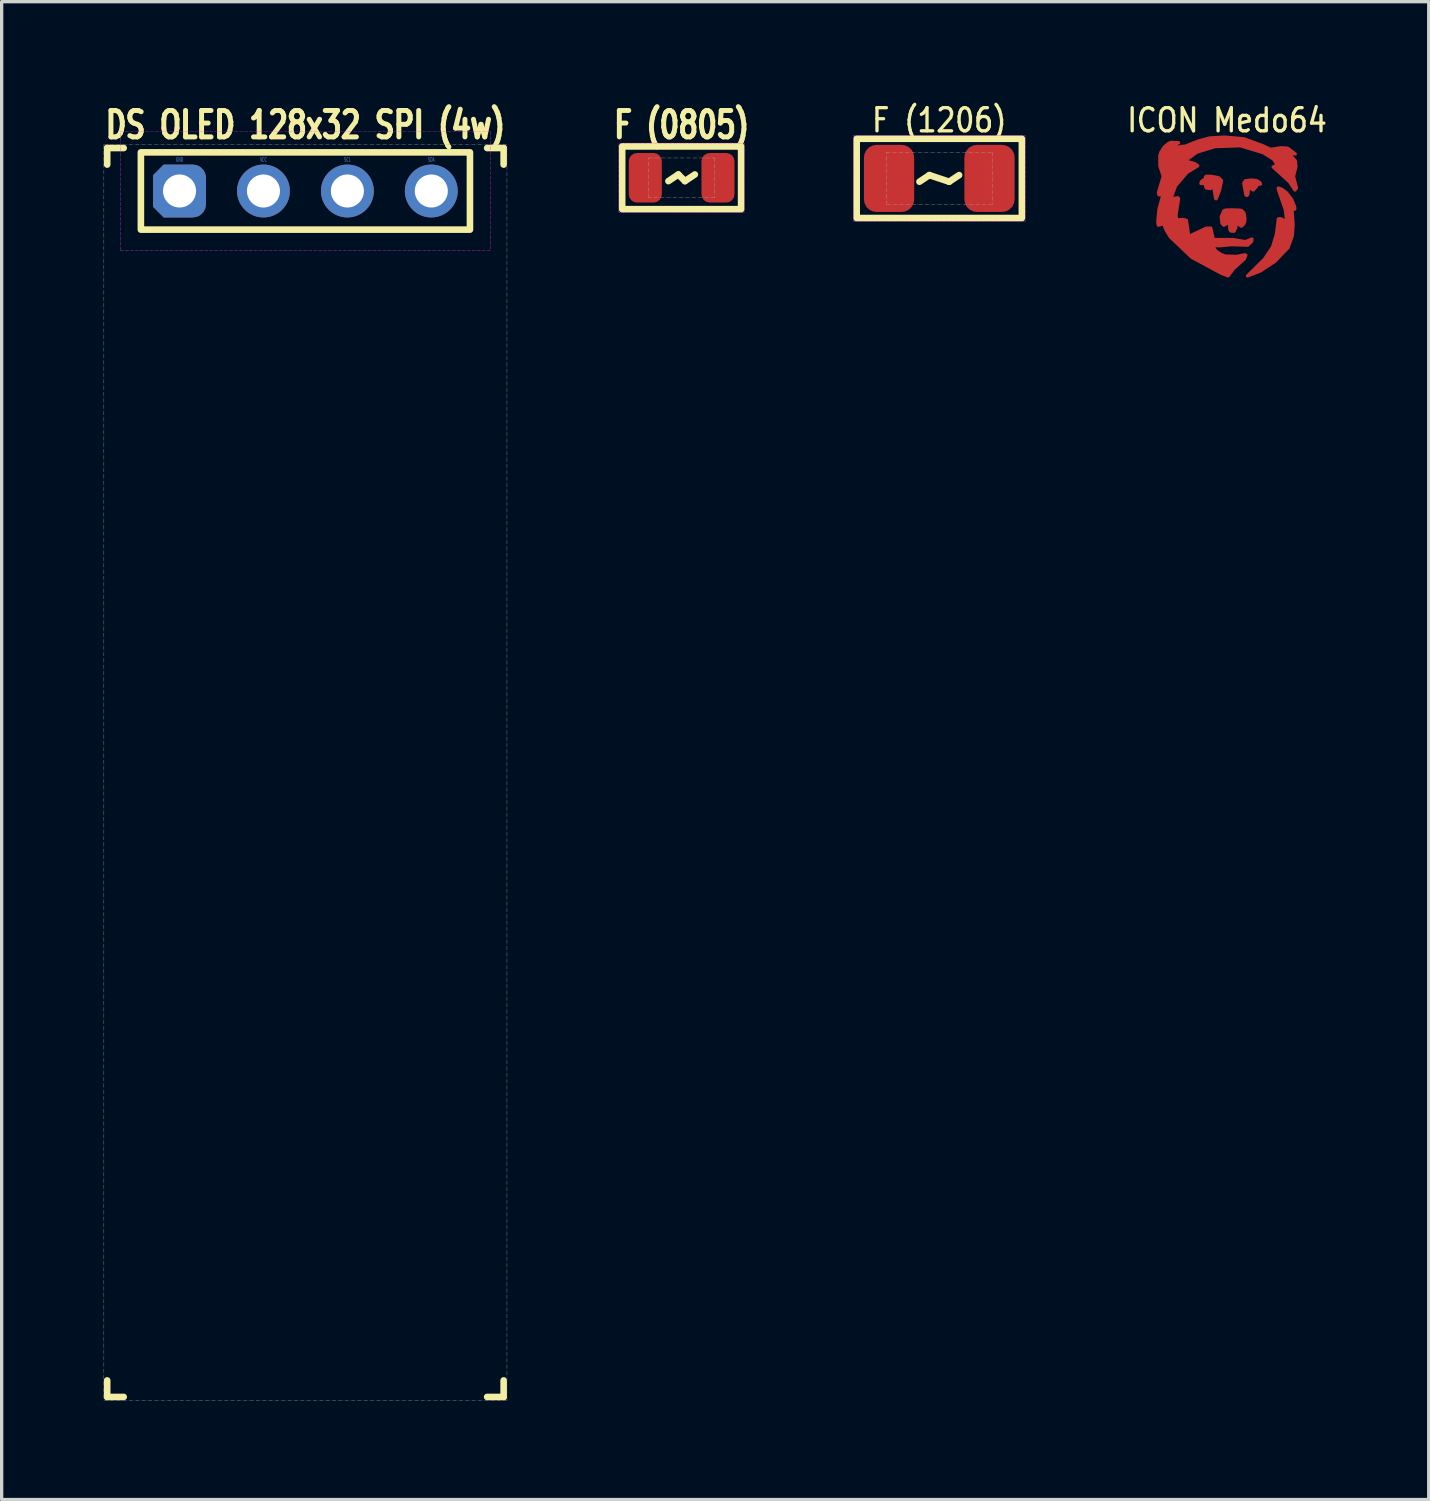
<source format=kicad_pcb>
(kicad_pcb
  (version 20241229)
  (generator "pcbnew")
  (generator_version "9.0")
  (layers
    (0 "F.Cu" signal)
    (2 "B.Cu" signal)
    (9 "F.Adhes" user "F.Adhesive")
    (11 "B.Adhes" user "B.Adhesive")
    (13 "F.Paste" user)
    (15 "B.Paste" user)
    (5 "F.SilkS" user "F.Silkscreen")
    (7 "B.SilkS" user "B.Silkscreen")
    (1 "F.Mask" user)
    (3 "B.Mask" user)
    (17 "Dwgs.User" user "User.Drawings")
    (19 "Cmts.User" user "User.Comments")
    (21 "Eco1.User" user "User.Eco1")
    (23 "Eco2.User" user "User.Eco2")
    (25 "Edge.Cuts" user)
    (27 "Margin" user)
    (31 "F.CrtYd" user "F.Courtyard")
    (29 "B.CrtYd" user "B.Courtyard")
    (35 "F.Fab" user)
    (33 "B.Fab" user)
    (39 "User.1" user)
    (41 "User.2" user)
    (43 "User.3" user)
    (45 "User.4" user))
  (footprint "F (1206)"
    (layer "F.Cu")
    (at 25.379 2.35)
    (property "Reference" "F (1206)" (at 0 -1.35 0) (unlocked yes) (layer "F.SilkS") (effects (font (size 0.7 0.6) (thickness 0.1)) (justify bottom)))
    (attr smd)
    (fp_line (start -0.6 0.1) (end -0.3 -0.1) (stroke (width 0.2) (type default)) (layer "F.SilkS"))
    (fp_line (start -0.3 -0.1) (end 0.3 0.1) (stroke (width 0.2) (type default)) (layer "F.SilkS"))
    (fp_line (start 0.3 0.1) (end 0.6 -0.1) (stroke (width 0.2) (type default)) (layer "F.SilkS"))
    (fp_rect (start -2.5 -1.2) (end 2.5 1.2) (stroke (width 0.2) (type default)) (fill no) (layer "F.SilkS"))
    (fp_rect (start -2.6 -1.3) (end 2.6 1.3) (stroke (width 0.01) (type dash)) (fill no) (layer "F.CrtYd"))
    (fp_rect (start -1.6 -0.79) (end 1.6 0.79) (stroke (width 0.01) (type dash_dot)) (fill no) (layer "F.Fab"))
    (pad "1" smd roundrect (at -1.52 0) (size 1.52 2.03) (layers "F.Cu" "F.Mask" "F.Paste") (roundrect_rratio 0.25))
    (pad "2" smd roundrect (at 1.52 0) (size 1.52 2.03) (layers "F.Cu" "F.Mask" "F.Paste") (roundrect_rratio 0.25)))
  (footprint "ICON Medo64"
    (layer "F.Cu")
    (at 34.089 3.2)
    (property "Reference" "ICON Medo64" (at 0 -2.2 0) (unlocked yes) (layer "F.SilkS") (effects (font (size 0.7 0.6) (thickness 0.1)) (justify bottom)))
    (attr smd)
    (fp_poly (pts (xy 0.569 -0.353) (xy 0.506 -0.707) (xy 0.554 -0.778) (xy 0.719 -0.8) (xy 0.885 -0.786) (xy 0.979 -0.733) (xy 1.012 -0.682) (xy 0.902 -0.659) (xy 0.892 -0.612) (xy 0.793 -0.5) (xy 0.659 -0.583) (xy 0.647 -0.581) (xy 0.632 -0.391) (xy 0.622 -0.353) (xy 0.592 -0.334)) (stroke (width 0.1) (type solid)) (fill yes) (layer "F.Cu"))
    (fp_poly (pts (xy -0.347 -0.253) (xy -0.412 -0.648) (xy -0.502 -0.544) (xy -0.626 -0.56) (xy -0.646 -0.595) (xy -0.654 -0.695) (xy -0.79 -0.696) (xy -0.777 -0.752) (xy -0.709 -0.806) (xy -0.594 -0.838) (xy -0.594 -0.861) (xy -0.645 -0.874) (xy -0.654 -0.893) (xy -0.626 -0.915) (xy -0.491 -0.913) (xy -0.267 -0.874) (xy -0.168 -0.787) (xy -0.23 -0.486) (xy -0.331 -0.233) (xy -0.339 -0.24)) (stroke (width 0.1) (type solid)) (fill yes) (layer "F.Cu"))
    (fp_poly (pts (xy 0.115 0.742) (xy 0.09 0.706) (xy 0.078 0.566) (xy 0.062 0.52) (xy 0.008 0.502) (xy -0.097 0.566) (xy -0.155 0.508) (xy -0.174 0.31) (xy -0.101 0.133) (xy -0.036 0.108) (xy 0.168 0.103) (xy 0.347 0.109) (xy 0.44 0.12) (xy 0.515 0.205) (xy 0.54 0.36) (xy 0.533 0.466) (xy 0.5 0.535) (xy 0.431 0.596) (xy 0.384 0.562) (xy 0.365 0.53) (xy 0.342 0.512) (xy 0.286 0.53) (xy 0.257 0.652) (xy 0.212 0.749)) (stroke (width 0.1) (type solid)) (fill yes) (layer "F.Cu"))
    (fp_poly (pts (xy 1.137 1.588) (xy 1.377 1.227) (xy 1.493 0.853) (xy 1.544 0.455) (xy 1.551 0.378) (xy 1.595 0.367) (xy 1.649 0.379) (xy 1.781 0.45) (xy 1.801 0.39) (xy 1.761 0.085) (xy 1.586 -0.417) (xy 1.555 -0.511) (xy 1.55 -0.558) (xy 1.648 -0.527) (xy 1.79 -0.423) (xy 1.958 -0.207) (xy 2.045 0.013) (xy 2.05 0.076) (xy 1.964 0.082) (xy 1.999 0.548) (xy 1.973 0.89) (xy 1.846 1.245) (xy 1.444 1.662) (xy 1.007 1.949) (xy 0.62 2.1)) (stroke (width 0.1) (type solid)) (fill yes) (layer "F.Cu"))
    (fp_poly (pts (xy -0.162 2.027) (xy -1.067 1.539) (xy -1.715 0.923) (xy -1.847 0.71) (xy -1.921 0.519) (xy -2.079 0.567) (xy -2.095 0.469) (xy -2.062 0.094) (xy -1.952 -0.314) (xy -1.982 -0.367) (xy -2.06 -0.354) (xy -2.077 -0.422) (xy -1.93 -0.912) (xy -2.032 -1.227) (xy -2.034 -1.544) (xy -1.998 -1.647) (xy -1.903 -1.796) (xy -1.782 -1.9) (xy -1.695 -1.941) (xy -1.468 -1.93) (xy -1.663 -1.801) (xy -1.722 -1.753) (xy -1.784 -1.659) (xy -1.735 -1.66) (xy -1.576 -1.778) (xy -1.371 -1.817) (xy -1.254 -1.827) (xy -1.134 -1.877) (xy -0.852 -1.987) (xy -0.528 -2.073) (xy -0.073 -2.1) (xy 0.509 -2.05) (xy 1.073 -1.842) (xy 1.317 -1.73) (xy 1.649 -1.779) (xy 1.837 -1.763) (xy 2.065 -1.59) (xy 1.802 -1.633) (xy 1.67 -1.615) (xy 1.959 -1.505) (xy 2.067 -1.378) (xy 2.085 -1.212) (xy 2.009 -0.915) (xy 2.099 -0.563) (xy 2.055 -0.501) (xy 1.891 -0.746) (xy 1.396 -1.198) (xy 1.522 -1.254) (xy 1.413 -1.428) (xy 1.101 -1.627) (xy 0.403 -1.839) (xy -0.366 -1.813) (xy -0.919 -1.642) (xy -1.209 -1.43) (xy -1.227 -1.366) (xy -0.981 -1.3) (xy -0.886 -1.23) (xy -1.21 -1.035) (xy -1.558 -0.628) (xy -1.682 -0.293) (xy -1.663 -0.238) (xy -1.492 -0.262) (xy -1.468 -0.242) (xy -1.547 0.268) (xy -1.529 0.375) (xy -1.464 0.408) (xy -1.339 0.39) (xy -1.231 0.419) (xy -1.16 0.905) (xy -0.625 0.656) (xy -0.494 0.655) (xy -0.414 1.002) (xy 0.18 1.002) (xy 0.561 1.064) (xy 0.751 0.985) (xy 0.746 1.053) (xy 0.624 1.17) (xy 0.142 1.154) (xy -0.23 1.188) (xy -0.449 1.178) (xy -0.342 1.347) (xy -0.189 1.45) (xy -0.059 1.5) (xy 0.291 1.511) (xy 0.537 1.463) (xy 0.568 1.475) (xy 0.523 1.584) (xy 0.188 1.888) (xy 0.033 2.1)) (stroke (width 0.1) (type solid)) (fill yes) (layer "F.Cu"))
    (fp_poly (pts (xy 0.569 -0.353) (xy 0.506 -0.707) (xy 0.554 -0.778) (xy 0.719 -0.8) (xy 0.885 -0.786) (xy 0.979 -0.733) (xy 1.012 -0.682) (xy 0.902 -0.659) (xy 0.892 -0.612) (xy 0.793 -0.5) (xy 0.659 -0.583) (xy 0.647 -0.581) (xy 0.632 -0.391) (xy 0.622 -0.353) (xy 0.592 -0.334)) (stroke (width 0.1) (type solid)) (fill yes) (layer "F.Mask"))
    (fp_poly (pts (xy -0.347 -0.253) (xy -0.412 -0.648) (xy -0.502 -0.544) (xy -0.626 -0.56) (xy -0.646 -0.595) (xy -0.654 -0.695) (xy -0.79 -0.696) (xy -0.777 -0.752) (xy -0.709 -0.806) (xy -0.594 -0.838) (xy -0.594 -0.861) (xy -0.645 -0.874) (xy -0.654 -0.893) (xy -0.626 -0.915) (xy -0.491 -0.913) (xy -0.267 -0.874) (xy -0.168 -0.787) (xy -0.23 -0.486) (xy -0.331 -0.233) (xy -0.339 -0.24)) (stroke (width 0.1) (type solid)) (fill yes) (layer "F.Mask"))
    (fp_poly (pts (xy 0.115 0.742) (xy 0.09 0.706) (xy 0.078 0.566) (xy 0.062 0.52) (xy 0.008 0.502) (xy -0.097 0.566) (xy -0.155 0.508) (xy -0.174 0.31) (xy -0.101 0.133) (xy -0.036 0.108) (xy 0.168 0.103) (xy 0.347 0.109) (xy 0.44 0.12) (xy 0.515 0.205) (xy 0.54 0.36) (xy 0.533 0.466) (xy 0.5 0.535) (xy 0.431 0.596) (xy 0.384 0.562) (xy 0.365 0.53) (xy 0.342 0.512) (xy 0.286 0.53) (xy 0.257 0.652) (xy 0.212 0.749)) (stroke (width 0.1) (type solid)) (fill yes) (layer "F.Mask"))
    (fp_poly (pts (xy 1.137 1.588) (xy 1.377 1.227) (xy 1.493 0.853) (xy 1.544 0.455) (xy 1.551 0.378) (xy 1.595 0.367) (xy 1.649 0.379) (xy 1.781 0.45) (xy 1.801 0.39) (xy 1.761 0.085) (xy 1.586 -0.417) (xy 1.555 -0.511) (xy 1.55 -0.558) (xy 1.648 -0.527) (xy 1.79 -0.423) (xy 1.958 -0.207) (xy 2.045 0.013) (xy 2.05 0.076) (xy 1.964 0.082) (xy 1.999 0.548) (xy 1.973 0.89) (xy 1.846 1.245) (xy 1.444 1.662) (xy 1.007 1.949) (xy 0.62 2.1)) (stroke (width 0.1) (type solid)) (fill yes) (layer "F.Mask"))
    (fp_poly (pts (xy -0.162 2.027) (xy -1.067 1.539) (xy -1.715 0.923) (xy -1.847 0.71) (xy -1.921 0.519) (xy -2.079 0.567) (xy -2.095 0.469) (xy -2.062 0.094) (xy -1.952 -0.314) (xy -1.982 -0.367) (xy -2.06 -0.354) (xy -2.077 -0.422) (xy -1.93 -0.912) (xy -2.032 -1.227) (xy -2.034 -1.544) (xy -1.998 -1.647) (xy -1.903 -1.796) (xy -1.782 -1.9) (xy -1.695 -1.941) (xy -1.468 -1.93) (xy -1.663 -1.801) (xy -1.722 -1.753) (xy -1.784 -1.659) (xy -1.735 -1.66) (xy -1.576 -1.778) (xy -1.371 -1.817) (xy -1.254 -1.827) (xy -1.134 -1.877) (xy -0.852 -1.987) (xy -0.528 -2.073) (xy -0.073 -2.1) (xy 0.509 -2.05) (xy 1.073 -1.842) (xy 1.317 -1.73) (xy 1.649 -1.779) (xy 1.837 -1.763) (xy 2.065 -1.59) (xy 1.802 -1.633) (xy 1.67 -1.615) (xy 1.959 -1.505) (xy 2.067 -1.378) (xy 2.085 -1.212) (xy 2.009 -0.915) (xy 2.099 -0.563) (xy 2.055 -0.501) (xy 1.891 -0.746) (xy 1.396 -1.198) (xy 1.522 -1.254) (xy 1.413 -1.428) (xy 1.101 -1.627) (xy 0.403 -1.839) (xy -0.366 -1.813) (xy -0.919 -1.642) (xy -1.209 -1.43) (xy -1.227 -1.366) (xy -0.981 -1.3) (xy -0.886 -1.23) (xy -1.21 -1.035) (xy -1.558 -0.628) (xy -1.682 -0.293) (xy -1.663 -0.238) (xy -1.492 -0.262) (xy -1.468 -0.242) (xy -1.547 0.268) (xy -1.529 0.375) (xy -1.464 0.408) (xy -1.339 0.39) (xy -1.231 0.419) (xy -1.16 0.905) (xy -0.625 0.656) (xy -0.494 0.655) (xy -0.414 1.002) (xy 0.18 1.002) (xy 0.561 1.064) (xy 0.751 0.985) (xy 0.746 1.053) (xy 0.624 1.17) (xy 0.142 1.154) (xy -0.23 1.188) (xy -0.449 1.178) (xy -0.342 1.347) (xy -0.189 1.45) (xy -0.059 1.5) (xy 0.291 1.511) (xy 0.537 1.463) (xy 0.568 1.475) (xy 0.523 1.584) (xy 0.188 1.888) (xy 0.033 2.1)) (stroke (width 0.1) (type solid)) (fill yes) (layer "F.Mask")))
  (footprint "F (0805)"
    (layer "F.Cu")
    (at 17.581 2.331)
    (property "Reference" "F (0805)" (at 0 -1.6 0) (layer "F.SilkS") (effects (font (size 0.8 0.6) (thickness 0.15) (bold yes))))
    (attr smd)
    (fp_line (start -0.4 0.1) (end -0.1 -0.1) (stroke (width 0.2) (type default)) (layer "F.SilkS"))
    (fp_line (start -0.1 -0.1) (end 0.1 0.1) (stroke (width 0.2) (type default)) (layer "F.SilkS"))
    (fp_line (start 0.1 0.1) (end 0.4 -0.1) (stroke (width 0.2) (type default)) (layer "F.SilkS"))
    (fp_rect (start -1.8 -0.95) (end 1.8 0.95) (stroke (width 0.2) (type default)) (fill no) (layer "F.SilkS"))
    (fp_rect (start -1.9 -1.05) (end 1.9 1.05) (stroke (width 0.01) (type dash)) (fill no) (layer "F.CrtYd"))
    (fp_rect (start -1 -0.6) (end 1 0.6) (stroke (width 0.01) (type dash_dot)) (fill no) (layer "F.Fab"))
    (pad "1" smd roundrect (at -1.1 0) (size 1 1.5) (layers "F.Cu" "F.Mask" "F.Paste") (roundrect_rratio 0.25))
    (pad "2" smd roundrect (at 1.1 0) (size 1 1.5) (layers "F.Cu" "F.Mask" "F.Paste") (roundrect_rratio 0.25)))
  (footprint "DS OLED 128x32 SPI (4w)"
    (layer "F.Cu")
    (at 6.194 2.731)
    (property "Reference" "DS OLED 128x32 SPI (4w)" (at 0 -2 0) (layer "F.SilkS") (effects (font (size 0.8 0.6) (thickness 0.15) (bold yes))))
    (attr through_hole)
    (fp_line (start -6 -1.3) (end -6 -0.8) (stroke (width 0.2) (type default)) (layer "F.SilkS"))
    (fp_line (start -6 -1.3) (end -5.5 -1.3) (stroke (width 0.2) (type default)) (layer "F.SilkS"))
    (fp_line (start -6 36) (end -6 36.5) (stroke (width 0.2) (type default)) (layer "F.SilkS"))
    (fp_line (start -6 36.5) (end -5.5 36.5) (stroke (width 0.2) (type default)) (layer "F.SilkS"))
    (fp_line (start 6 -1.3) (end 5.5 -1.3) (stroke (width 0.2) (type default)) (layer "F.SilkS"))
    (fp_line (start 6 -1.3) (end 6 -0.8) (stroke (width 0.2) (type default)) (layer "F.SilkS"))
    (fp_line (start 6 36) (end 6 36.5) (stroke (width 0.2) (type default)) (layer "F.SilkS"))
    (fp_line (start 6 36.5) (end 5.5 36.5) (stroke (width 0.2) (type default)) (layer "F.SilkS"))
    (fp_rect (start -4.98 -1.17) (end 4.98 1.17) (stroke (width 0.2) (type default)) (fill no) (layer "F.SilkS"))
    (fp_rect (start -5.6 -1.8) (end 5.6 1.8) (stroke (width 0.01) (type dash)) (fill no) (layer "F.CrtYd"))
    (fp_rect (start -6.1 36.6) (end 6.1 -1.4) (stroke (width 0.01) (type dash_dot)) (fill no) (layer "F.Fab"))
    (fp_text user "SDA" (at 3.81 -0.95 0) (layer "Cmts.User") (effects (font (size 0.13 0.07) (thickness 0.01) (bold yes))))
    (fp_text user "GND" (at -3.81 -0.95 0) (layer "Cmts.User") (effects (font (size 0.13 0.07) (thickness 0.01) (bold yes))))
    (fp_text user "SCL" (at 1.27 -0.95 0) (layer "Cmts.User") (effects (font (size 0.13 0.07) (thickness 0.01) (bold yes))))
    (fp_text user "VCC" (at -1.27 -0.95 0) (layer "Cmts.User") (effects (font (size 0.13 0.07) (thickness 0.01) (bold yes))))
    (pad "1" thru_hole roundrect (at -3.81 0) (size 1.6 1.6) (drill 1) (layers "*.Cu" "B.Mask") (roundrect_rratio 0.25) (chamfer_ratio 0.2) (chamfer top_left bottom_left))
    (pad "2" thru_hole circle (at -1.27 0) (size 1.6 1.6) (drill 1) (layers "*.Cu" "B.Mask"))
    (pad "3" thru_hole circle (at 1.27 0) (size 1.6 1.6) (drill 1) (layers "*.Cu" "B.Mask"))
    (pad "4" thru_hole circle (at 3.81 0) (size 1.6 1.6) (drill 1) (layers "*.Cu" "B.Mask")))
  (gr_rect
    (start -3 -3)
    (end 40.193 42.336)
    (stroke (width 0.1) (type default))
    (fill no)
    (layer "Edge.Cuts")))
</source>
